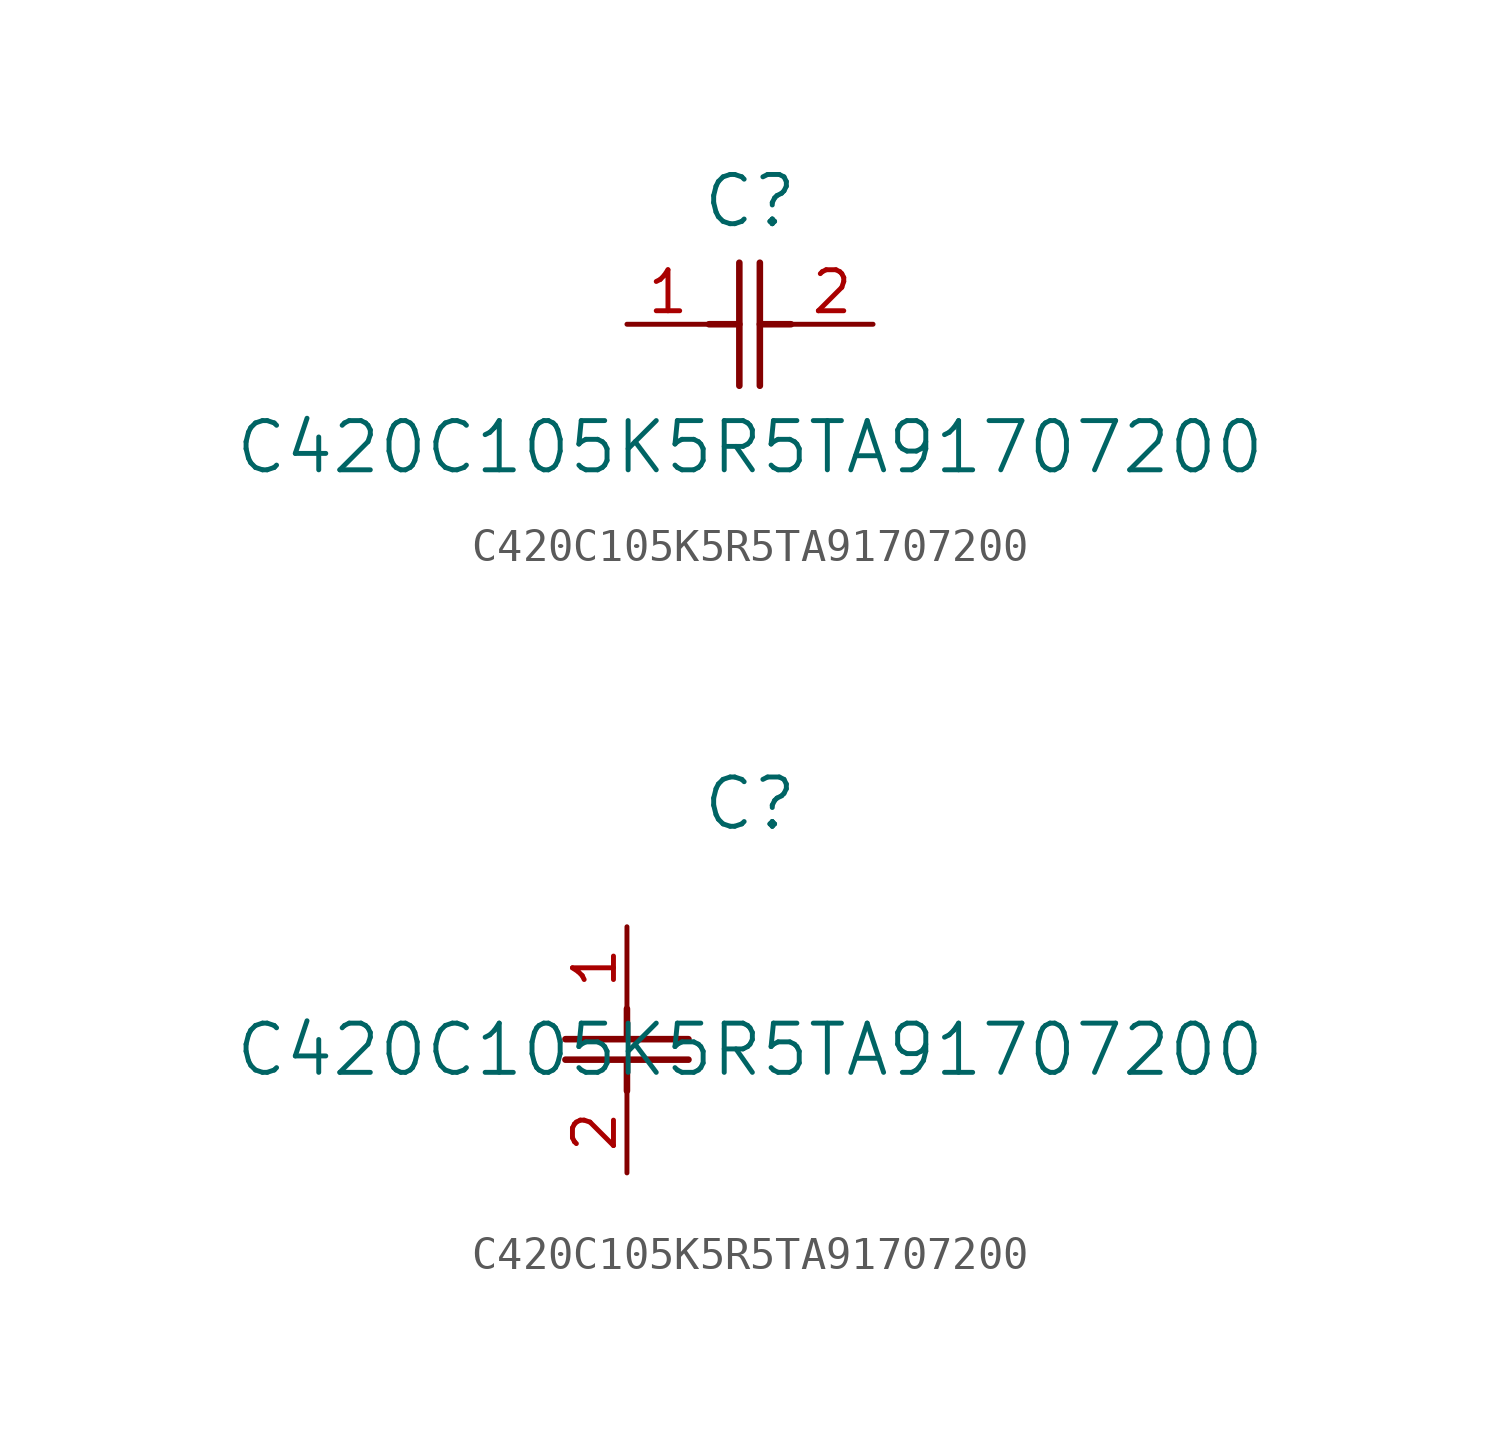
<source format=kicad_sym>
(kicad_symbol_lib
  (version 20211014)
  (generator kicad_symbol_editor)
  (symbol "C420C105K5R5TA91707200"
    (pin_names
      (offset 0.254))
    (property "Reference" "C"
      (at 3.81 3.81 0)
      (effects (font (size 1.524 1.524))))
    (property "Value" "C420C105K5R5TA91707200"
      (at 3.81 -3.81 0)
      (effects (font (size 1.524 1.524))))
    (symbol "C420C105K5R5TA91707200_1_1"
      (polyline (pts (xy 3.48 -1.905) (xy 3.48 1.905)) (stroke (width 0.203) (type default) (color 0 0 0 0)) (fill (type none)))
      (polyline (pts (xy 4.115 -1.905) (xy 4.115 1.905)) (stroke (width 0.203) (type default) (color 0 0 0 0)) (fill (type none)))
      (polyline (pts (xy 4.115 0) (xy 5.08 0)) (stroke (width 0.203) (type default) (color 0 0 0 0)) (fill (type none)))
      (polyline (pts (xy 2.54 0) (xy 3.48 0)) (stroke (width 0.203) (type default) (color 0 0 0 0)) (fill (type none)))
      (pin unspecified line (at 0 0 0) (length 2.54) (name "" (effects (font (size 1.27 1.27)))) (number "1" (effects (font (size 1.27 1.27)))))
      (pin unspecified line (at 7.62 0 180) (length 2.54) (name "" (effects (font (size 1.27 1.27)))) (number "2" (effects (font (size 1.27 1.27))))))
    (symbol "C420C105K5R5TA91707200_1_2"
      (polyline (pts (xy -1.905 -3.48) (xy 1.905 -3.48)) (stroke (width 0.203) (type default) (color 0 0 0 0)) (fill (type none)))
      (polyline (pts (xy -1.905 -4.115) (xy 1.905 -4.115)) (stroke (width 0.203) (type default) (color 0 0 0 0)) (fill (type none)))
      (polyline (pts (xy 0 -4.115) (xy 0 -5.08)) (stroke (width 0.203) (type default) (color 0 0 0 0)) (fill (type none)))
      (polyline (pts (xy 0 -2.54) (xy 0 -3.48)) (stroke (width 0.203) (type default) (color 0 0 0 0)) (fill (type none)))
      (pin unspecified line (at 0 0 270) (length 2.54) (name "" (effects (font (size 1.27 1.27)))) (number "1" (effects (font (size 1.27 1.27)))))
      (pin unspecified line (at 0 -7.62 90) (length 2.54) (name "" (effects (font (size 1.27 1.27)))) (number "2" (effects (font (size 1.27 1.27))))))))
</source>
